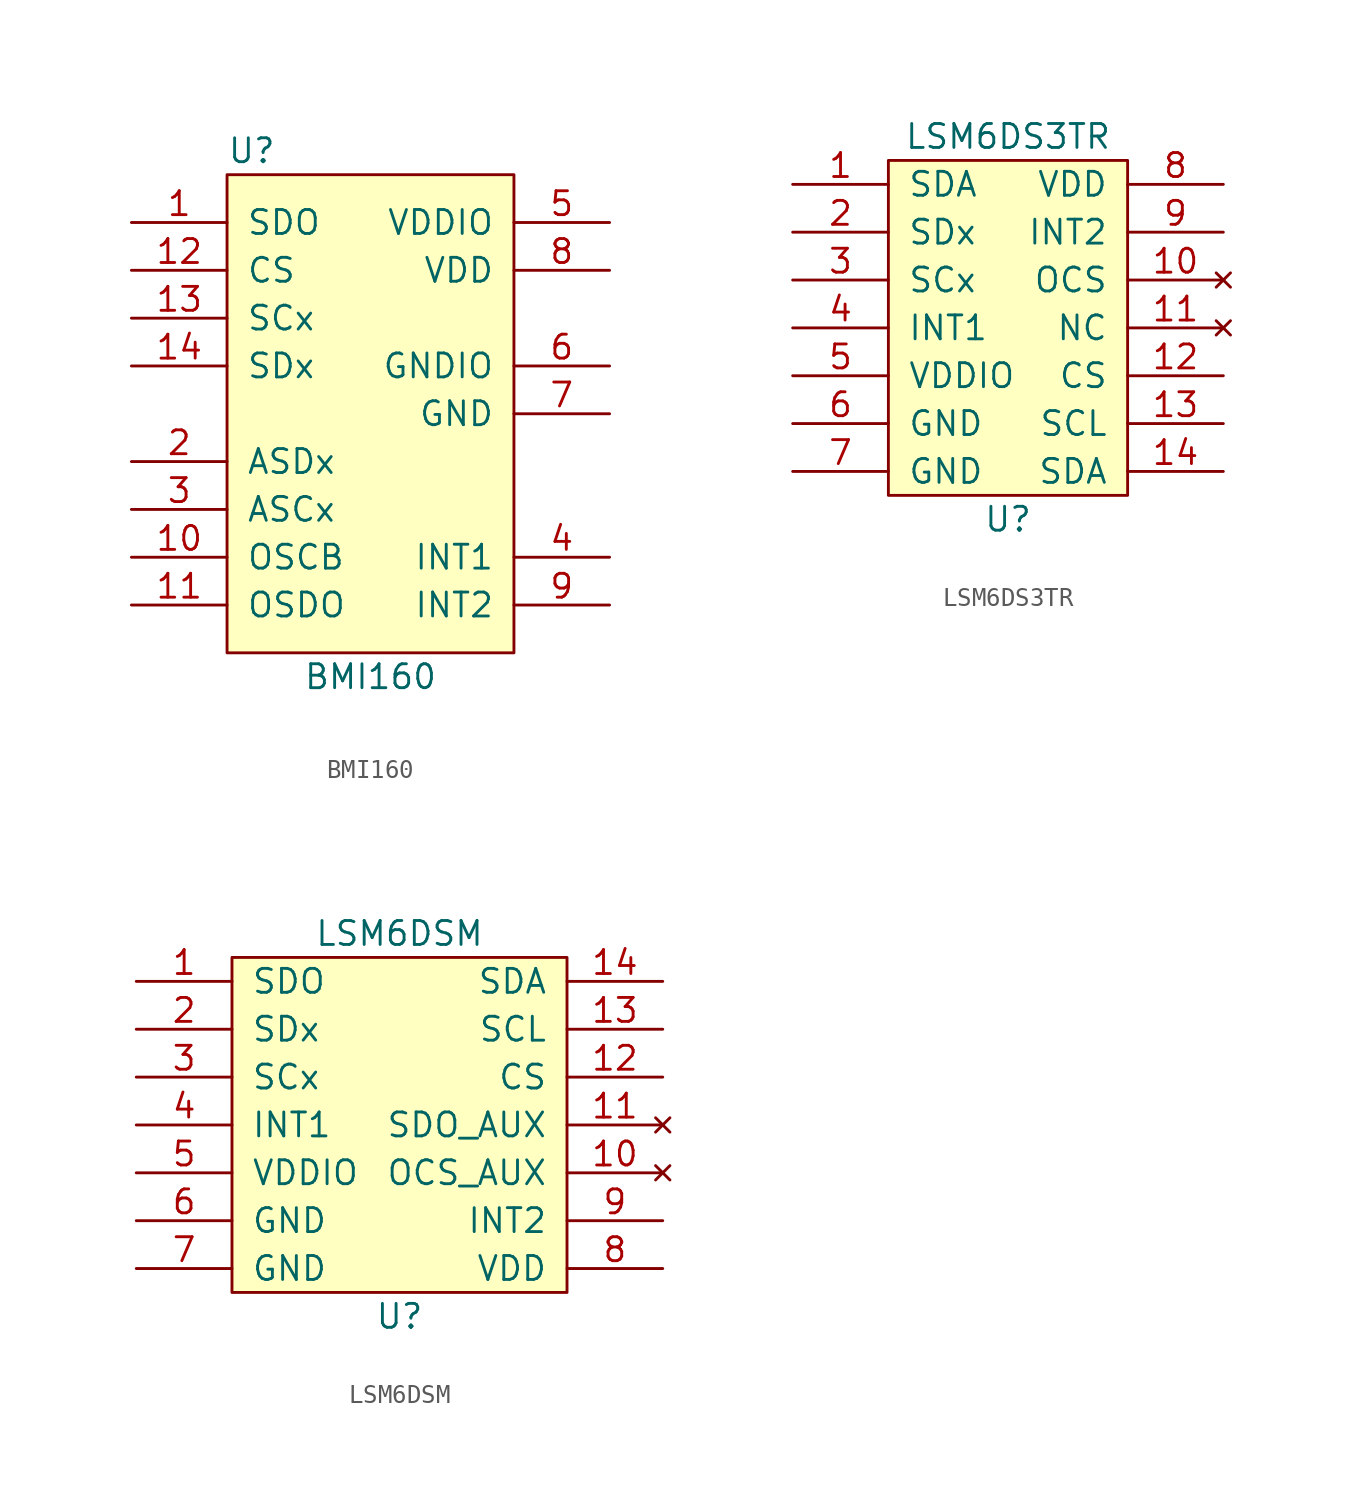
<source format=kicad_sym>
(kicad_symbol_lib
  (version 20211014)
  (generator kicad_symbol_editor)
  (symbol "BMI160"
    (pin_names
      (offset 1.016))
    (property "Reference" "U"
      (at 0 1.27 0)
      (effects (font (size 1.27 1.27)) (justify left)))
    (property "Value" "BMI160"
      (at 7.62 -26.67 0)
      (effects (font (size 1.27 1.27))))
    (symbol "BMI160_0_0"
      (rectangle (start 0 0) (end 15.24 -25.4) (stroke (width 0) (type default) (color 0 0 0 0)) (fill (type background))))
    (symbol "BMI160_1_1"
      (pin output line (at -5.08 -2.54 0) (length 5.08) (name "SDO" (effects (font (size 1.27 1.27)))) (number "1" (effects (font (size 1.27 1.27)))))
      (pin bidirectional line (at -5.08 -20.32 0) (length 5.08) (name "OSCB" (effects (font (size 1.27 1.27)))) (number "10" (effects (font (size 1.27 1.27)))))
      (pin bidirectional line (at -5.08 -22.86 0) (length 5.08) (name "OSDO" (effects (font (size 1.27 1.27)))) (number "11" (effects (font (size 1.27 1.27)))))
      (pin input line (at -5.08 -5.08 0) (length 5.08) (name "CS" (effects (font (size 1.27 1.27)))) (number "12" (effects (font (size 1.27 1.27)))))
      (pin input line (at -5.08 -7.62 0) (length 5.08) (name "SCx" (effects (font (size 1.27 1.27)))) (number "13" (effects (font (size 1.27 1.27)))))
      (pin bidirectional line (at -5.08 -10.16 0) (length 5.08) (name "SDx" (effects (font (size 1.27 1.27)))) (number "14" (effects (font (size 1.27 1.27)))))
      (pin input line (at -5.08 -15.24 0) (length 5.08) (name "ASDx" (effects (font (size 1.27 1.27)))) (number "2" (effects (font (size 1.27 1.27)))))
      (pin input line (at -5.08 -17.78 0) (length 5.08) (name "ASCx" (effects (font (size 1.27 1.27)))) (number "3" (effects (font (size 1.27 1.27)))))
      (pin output line (at 20.32 -20.32 180) (length 5.08) (name "INT1" (effects (font (size 1.27 1.27)))) (number "4" (effects (font (size 1.27 1.27)))))
      (pin power_in line (at 20.32 -2.54 180) (length 5.08) (name "VDDIO" (effects (font (size 1.27 1.27)))) (number "5" (effects (font (size 1.27 1.27)))))
      (pin power_in line (at 20.32 -10.16 180) (length 5.08) (name "GNDIO" (effects (font (size 1.27 1.27)))) (number "6" (effects (font (size 1.27 1.27)))))
      (pin power_in line (at 20.32 -12.7 180) (length 5.08) (name "GND" (effects (font (size 1.27 1.27)))) (number "7" (effects (font (size 1.27 1.27)))))
      (pin power_in line (at 20.32 -5.08 180) (length 5.08) (name "VDD" (effects (font (size 1.27 1.27)))) (number "8" (effects (font (size 1.27 1.27)))))
      (pin output line (at 20.32 -22.86 180) (length 5.08) (name "INT2" (effects (font (size 1.27 1.27)))) (number "9" (effects (font (size 1.27 1.27)))))))
  (symbol "LSM6DS3TR"
    (pin_names
      (offset 1.016))
    (property "Reference" "U"
      (at 0 -10.16 0)
      (effects (font (size 1.27 1.27))))
    (property "Value" "LSM6DS3TR"
      (at 0 10.16 0)
      (effects (font (size 1.27 1.27))))
    (property "Footprint" ""
      (at 8.89 6.35 0)
      (effects (font (size 1.27 1.27))))
    (property "Datasheet" ""
      (at 8.89 6.35 0)
      (effects (font (size 1.27 1.27))))
    (symbol "LSM6DS3TR_0_0"
      (rectangle (start 6.35 8.89) (end -6.35 -8.89) (stroke (width 0) (type default) (color 0 0 0 0)) (fill (type background))))
    (symbol "LSM6DS3TR_1_1"
      (pin input line (at -11.43 7.62 0) (length 5.08) (name "SDA" (effects (font (size 1.27 1.27)))) (number "1" (effects (font (size 1.27 1.27)))))
      (pin no_connect line (at 11.43 2.54 180) (length 5.08) (name "OCS" (effects (font (size 1.27 1.27)))) (number "10" (effects (font (size 1.27 1.27)))))
      (pin no_connect line (at 11.43 0 180) (length 5.08) (name "NC" (effects (font (size 1.27 1.27)))) (number "11" (effects (font (size 1.27 1.27)))))
      (pin input line (at 11.43 -2.54 180) (length 5.08) (name "CS" (effects (font (size 1.27 1.27)))) (number "12" (effects (font (size 1.27 1.27)))))
      (pin input line (at 11.43 -5.08 180) (length 5.08) (name "SCL" (effects (font (size 1.27 1.27)))) (number "13" (effects (font (size 1.27 1.27)))))
      (pin input line (at 11.43 -7.62 180) (length 5.08) (name "SDA" (effects (font (size 1.27 1.27)))) (number "14" (effects (font (size 1.27 1.27)))))
      (pin input line (at -11.43 5.08 0) (length 5.08) (name "SDx" (effects (font (size 1.27 1.27)))) (number "2" (effects (font (size 1.27 1.27)))))
      (pin input line (at -11.43 2.54 0) (length 5.08) (name "SCx" (effects (font (size 1.27 1.27)))) (number "3" (effects (font (size 1.27 1.27)))))
      (pin input line (at -11.43 0 0) (length 5.08) (name "INT1" (effects (font (size 1.27 1.27)))) (number "4" (effects (font (size 1.27 1.27)))))
      (pin power_in line (at -11.43 -2.54 0) (length 5.08) (name "VDDIO" (effects (font (size 1.27 1.27)))) (number "5" (effects (font (size 1.27 1.27)))))
      (pin power_in line (at -11.43 -5.08 0) (length 5.08) (name "GND" (effects (font (size 1.27 1.27)))) (number "6" (effects (font (size 1.27 1.27)))))
      (pin power_in line (at -11.43 -7.62 0) (length 5.08) (name "GND" (effects (font (size 1.27 1.27)))) (number "7" (effects (font (size 1.27 1.27)))))
      (pin power_in line (at 11.43 7.62 180) (length 5.08) (name "VDD" (effects (font (size 1.27 1.27)))) (number "8" (effects (font (size 1.27 1.27)))))
      (pin input line (at 11.43 5.08 180) (length 5.08) (name "INT2" (effects (font (size 1.27 1.27)))) (number "9" (effects (font (size 1.27 1.27)))))))
  (symbol "LSM6DSM"
    (pin_names
      (offset 1.016))
    (property "Reference" "U"
      (at 0 -10.16 0)
      (effects (font (size 1.27 1.27))))
    (property "Value" "LSM6DSM"
      (at 0 10.16 0)
      (effects (font (size 1.27 1.27))))
    (property "Datasheet" ""
      (at 8.89 -6.35 0)
      (effects (font (size 1.27 1.27))))
    (symbol "LSM6DSM_0_0"
      (rectangle (start 8.89 8.89) (end -8.89 -8.89) (stroke (width 0) (type default) (color 0 0 0 0)) (fill (type background))))
    (symbol "LSM6DSM_1_1"
      (pin output line (at -13.97 7.62 0) (length 5.08) (name "SDO" (effects (font (size 1.27 1.27)))) (number "1" (effects (font (size 1.27 1.27)))))
      (pin no_connect line (at 13.97 -2.54 180) (length 5.08) (name "OCS_AUX" (effects (font (size 1.27 1.27)))) (number "10" (effects (font (size 1.27 1.27)))))
      (pin no_connect line (at 13.97 0 180) (length 5.08) (name "SDO_AUX" (effects (font (size 1.27 1.27)))) (number "11" (effects (font (size 1.27 1.27)))))
      (pin input line (at 13.97 2.54 180) (length 5.08) (name "CS" (effects (font (size 1.27 1.27)))) (number "12" (effects (font (size 1.27 1.27)))))
      (pin input line (at 13.97 5.08 180) (length 5.08) (name "SCL" (effects (font (size 1.27 1.27)))) (number "13" (effects (font (size 1.27 1.27)))))
      (pin input line (at 13.97 7.62 180) (length 5.08) (name "SDA" (effects (font (size 1.27 1.27)))) (number "14" (effects (font (size 1.27 1.27)))))
      (pin input line (at -13.97 5.08 0) (length 5.08) (name "SDx" (effects (font (size 1.27 1.27)))) (number "2" (effects (font (size 1.27 1.27)))))
      (pin input line (at -13.97 2.54 0) (length 5.08) (name "SCx" (effects (font (size 1.27 1.27)))) (number "3" (effects (font (size 1.27 1.27)))))
      (pin output line (at -13.97 0 0) (length 5.08) (name "INT1" (effects (font (size 1.27 1.27)))) (number "4" (effects (font (size 1.27 1.27)))))
      (pin input line (at -13.97 -2.54 0) (length 5.08) (name "VDDIO" (effects (font (size 1.27 1.27)))) (number "5" (effects (font (size 1.27 1.27)))))
      (pin power_in line (at -13.97 -5.08 0) (length 5.08) (name "GND" (effects (font (size 1.27 1.27)))) (number "6" (effects (font (size 1.27 1.27)))))
      (pin power_in line (at -13.97 -7.62 0) (length 5.08) (name "GND" (effects (font (size 1.27 1.27)))) (number "7" (effects (font (size 1.27 1.27)))))
      (pin power_in line (at 13.97 -7.62 180) (length 5.08) (name "VDD" (effects (font (size 1.27 1.27)))) (number "8" (effects (font (size 1.27 1.27)))))
      (pin output line (at 13.97 -5.08 180) (length 5.08) (name "INT2" (effects (font (size 1.27 1.27)))) (number "9" (effects (font (size 1.27 1.27))))))))
</source>
